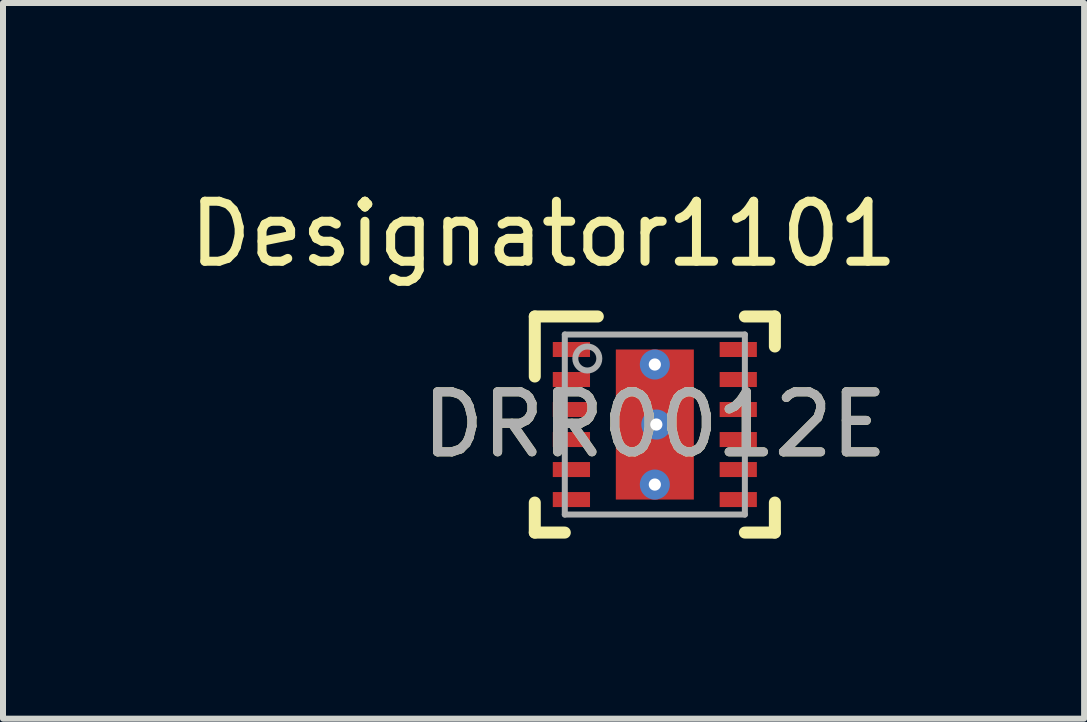
<source format=kicad_pcb>
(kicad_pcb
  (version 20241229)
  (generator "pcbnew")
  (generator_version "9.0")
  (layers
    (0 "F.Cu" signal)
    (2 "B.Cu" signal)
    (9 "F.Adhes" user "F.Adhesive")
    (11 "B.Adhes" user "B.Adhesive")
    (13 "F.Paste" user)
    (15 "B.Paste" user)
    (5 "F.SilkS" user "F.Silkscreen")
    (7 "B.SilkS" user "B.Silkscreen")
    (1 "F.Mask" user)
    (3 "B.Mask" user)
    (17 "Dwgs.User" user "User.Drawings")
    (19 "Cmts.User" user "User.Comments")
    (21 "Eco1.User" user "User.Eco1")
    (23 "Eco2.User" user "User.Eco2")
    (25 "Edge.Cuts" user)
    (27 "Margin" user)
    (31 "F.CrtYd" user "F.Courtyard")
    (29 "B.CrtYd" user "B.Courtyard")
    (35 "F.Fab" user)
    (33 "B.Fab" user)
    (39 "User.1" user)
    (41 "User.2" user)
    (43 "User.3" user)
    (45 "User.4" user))
  (footprint "DRR0012E"
    (layer "F.Cu")
    (at 7.86 4.023)
    (property "Reference" "DRR0012E" (at 0 0 0) (unlocked yes) (layer "F.SilkS") (effects (font (size 1 1) (thickness 0.15))))
    (attr smd)
    (fp_line (start -2 -1.8) (end -0.95 -1.8) (stroke (width 0.2) (type solid)) (layer "F.SilkS"))
    (fp_line (start -2 -0.8) (end -2 -1.8) (stroke (width 0.2) (type solid)) (layer "F.SilkS"))
    (fp_line (start -2 1.8) (end -2 1.3) (stroke (width 0.2) (type solid)) (layer "F.SilkS"))
    (fp_line (start -2 1.8) (end -1.5 1.8) (stroke (width 0.2) (type solid)) (layer "F.SilkS"))
    (fp_line (start 1.5 -1.8) (end 2 -1.8) (stroke (width 0.2) (type solid)) (layer "F.SilkS"))
    (fp_line (start 1.5 1.8) (end 2 1.8) (stroke (width 0.2) (type solid)) (layer "F.SilkS"))
    (fp_line (start 2 -1.3) (end 2 -1.8) (stroke (width 0.2) (type solid)) (layer "F.SilkS"))
    (fp_line (start 2 1.8) (end 2 1.3) (stroke (width 0.2) (type solid)) (layer "F.SilkS"))
    (fp_poly (pts (xy -0.605 -0.15) (xy -0.605 -1.15) (xy -0.555 -1.2) (xy 0.555 -1.2) (xy 0.605 -1.15) (xy 0.605 -0.15) (xy 0.555 -0.1) (xy -0.555 -0.1)) (stroke (width 0) (type solid)) (fill yes) (layer "F.Paste"))
    (fp_poly (pts (xy 0.605 0.15) (xy 0.605 1.15) (xy 0.555 1.2) (xy -0.555 1.2) (xy -0.605 1.15) (xy -0.605 0.15) (xy -0.555 0.1) (xy 0.555 0.1)) (stroke (width 0) (type solid)) (fill yes) (layer "F.Paste"))
    (fp_line (start -1.5 -1.5) (end 1.5 -1.5) (stroke (width 0.1) (type solid)) (layer "F.Fab"))
    (fp_line (start -1.5 1.5) (end -1.5 -1.5) (stroke (width 0.1) (type solid)) (layer "F.Fab"))
    (fp_line (start -1.5 1.5) (end 1.5 1.5) (stroke (width 0.1) (type solid)) (layer "F.Fab"))
    (fp_line (start 1.5 1.5) (end 1.5 -1.5) (stroke (width 0.1) (type solid)) (layer "F.Fab"))
    (fp_circle (center -1.125 -1.1) (end -0.925 -1.1) (stroke (width 0.1) (type solid)) (fill no) (layer "F.Fab"))
    (fp_text user "Designator1101" (at -1.854 -3.175 0) (unlocked yes) (layer "F.SilkS") (effects (font (size 1 1) (thickness 0.15))))
    (fp_text user "${REFERENCE}" (at 0 0 0) (unlocked yes) (layer "F.Fab") (effects (font (size 1 1) (thickness 0.15))))
    (pad "1" smd rect (at -1.39 -1.25) (size 0.62 0.25) (layers "F.Cu" "F.Mask" "F.Paste"))
    (pad "2" smd rect (at -1.39 -0.75) (size 0.62 0.25) (layers "F.Cu" "F.Mask" "F.Paste"))
    (pad "3" smd rect (at -1.39 -0.25) (size 0.62 0.25) (layers "F.Cu" "F.Mask" "F.Paste"))
    (pad "4" smd rect (at -1.39 0.25) (size 0.62 0.25) (layers "F.Cu" "F.Mask" "F.Paste"))
    (pad "5" smd rect (at -1.39 0.75) (size 0.62 0.25) (layers "F.Cu" "F.Mask" "F.Paste"))
    (pad "6" smd rect (at -1.39 1.25) (size 0.62 0.25) (layers "F.Cu" "F.Mask" "F.Paste"))
    (pad "7" smd rect (at 1.39 1.25) (size 0.62 0.25) (layers "F.Cu" "F.Mask" "F.Paste"))
    (pad "8" smd rect (at 1.39 0.75) (size 0.62 0.25) (layers "F.Cu" "F.Mask" "F.Paste"))
    (pad "9" smd rect (at 1.39 0.25) (size 0.62 0.25) (layers "F.Cu" "F.Mask" "F.Paste"))
    (pad "10" smd rect (at 1.39 -0.25) (size 0.62 0.25) (layers "F.Cu" "F.Mask" "F.Paste"))
    (pad "11" smd rect (at 1.39 -0.75) (size 0.62 0.25) (layers "F.Cu" "F.Mask" "F.Paste"))
    (pad "12" smd rect (at 1.39 -1.25) (size 0.62 0.25) (layers "F.Cu" "F.Mask" "F.Paste"))
    (pad "13" smd rect (at 0 0) (size 1.3 2.5) (layers "F.Cu" "F.Mask"))
    (pad "14" thru_hole circle (at 0 1) (size 0.5 0.5) (drill 0.203) (layers "*.Cu" "*.Mask"))
    (pad "15" thru_hole circle (at 0.025 0) (size 0.5 0.5) (drill 0.203) (layers "*.Cu" "*.Mask"))
    (pad "16" thru_hole circle (at 0 -1) (size 0.5 0.5) (drill 0.203) (layers "*.Cu" "*.Mask")))
  (gr_rect
    (start -3 -3)
    (end 15.012 8.923)
    (stroke (width 0.1) (type default))
    (fill no)
    (layer "Edge.Cuts")))
</source>
